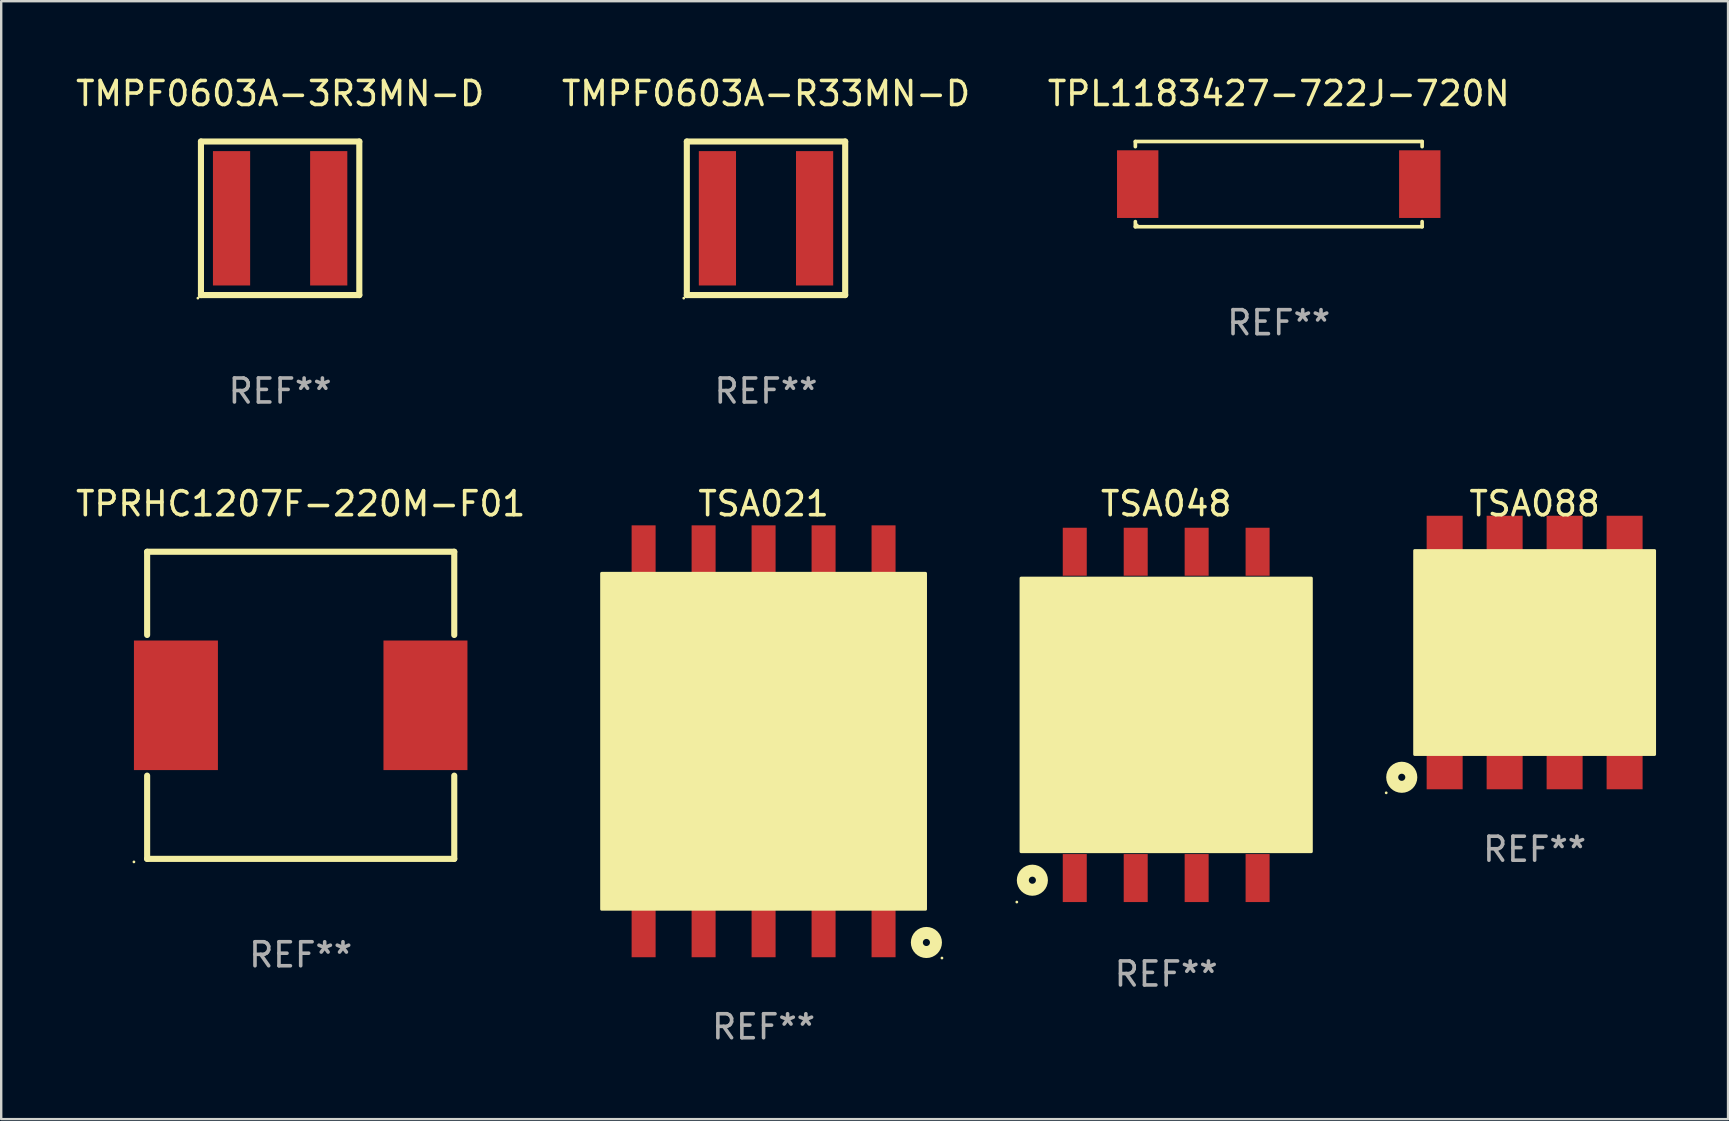
<source format=kicad_pcb>
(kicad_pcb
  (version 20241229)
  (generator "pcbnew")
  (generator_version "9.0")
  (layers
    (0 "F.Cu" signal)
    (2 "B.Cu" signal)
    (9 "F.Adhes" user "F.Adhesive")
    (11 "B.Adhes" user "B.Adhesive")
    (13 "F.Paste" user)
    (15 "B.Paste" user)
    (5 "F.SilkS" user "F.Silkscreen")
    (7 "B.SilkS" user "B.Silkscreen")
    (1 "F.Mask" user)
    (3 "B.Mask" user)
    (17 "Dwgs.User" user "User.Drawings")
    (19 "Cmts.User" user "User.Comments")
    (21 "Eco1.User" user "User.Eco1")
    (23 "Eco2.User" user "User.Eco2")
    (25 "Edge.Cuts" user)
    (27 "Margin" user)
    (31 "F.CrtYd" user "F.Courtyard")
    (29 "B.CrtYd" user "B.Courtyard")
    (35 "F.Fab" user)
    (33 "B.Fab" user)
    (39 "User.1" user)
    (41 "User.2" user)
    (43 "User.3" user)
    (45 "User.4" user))
  (footprint "TSA088"
    (layer "F.Cu")
    (at 60.909 24.145)
    (property "Reference" "TSA088" (at 0 -6.2 0) (layer "F.SilkS") (effects (font (size 1 1) (thickness 0.15))))
    (attr through_hole)
    (fp_arc (start -2.488951 1.747905) (mid -1.238951 0.497917) (end 0.011049 1.747904) (stroke (width 0.254001) (type solid)) (layer "F.SilkS"))
    (fp_arc (start -2.470003 -1.689992) (mid -1.220003 -1.985076) (end 0.029996 -1.689992) (stroke (width 0.254001) (type solid)) (layer "F.SilkS"))
    (fp_arc (start 0.011049 1.747905) (mid 1.261049 0.497917) (end 2.511049 1.747904) (stroke (width 0.254001) (type solid)) (layer "F.SilkS"))
    (fp_arc (start 0.029997 -1.689992) (mid 1.279997 -1.985076) (end 2.529996 -1.689992) (stroke (width 0.254001) (type solid)) (layer "F.SilkS"))
    (fp_circle (center -6.186 5.848) (end -6.156 5.848) (stroke (width 0.06) (type solid)) (fill no) (layer "F.SilkS"))
    (fp_circle (center -5.538 5.2) (end -5.14 5.2) (stroke (width 0.5) (type solid)) (fill no) (layer "F.SilkS"))
    (fp_poly (pts (xy -5 -4.25) (xy 5 -4.25) (xy 5 4.25) (xy -5 4.25)) (stroke (width 0.12) (type solid)) (fill yes) (layer "F.SilkS"))
    (fp_text user "REF**" (at 0 8.2 0) (layer "F.Fab") (effects (font (size 1 1) (thickness 0.15))))
    (pad "1" smd rect (at -3.75 4.2) (size 1.5 3) (layers "F.Cu" "F.Mask" "F.Paste"))
    (pad "2" smd rect (at -1.25 4.2) (size 1.5 3) (layers "F.Cu" "F.Mask" "F.Paste"))
    (pad "3" smd rect (at 1.25 4.2) (size 1.5 3) (layers "F.Cu" "F.Mask" "F.Paste"))
    (pad "4" smd rect (at 3.75 4.2) (size 1.5 3) (layers "F.Cu" "F.Mask" "F.Paste"))
    (pad "5" smd rect (at 3.75 -4.2) (size 1.5 3) (layers "F.Cu" "F.Mask" "F.Paste"))
    (pad "6" smd rect (at 1.25 -4.2) (size 1.5 3) (layers "F.Cu" "F.Mask" "F.Paste"))
    (pad "7" smd rect (at -1.25 -4.2) (size 1.5 3) (layers "F.Cu" "F.Mask" "F.Paste"))
    (pad "8" smd rect (at -3.75 -4.2) (size 1.5 3) (layers "F.Cu" "F.Mask" "F.Paste")))
  (footprint "TPRHC1207F-220M-F01"
    (layer "F.Cu")
    (at 9.482 26.345)
    (property "Reference" "TPRHC1207F-220M-F01" (at 0 -8.4 0) (layer "F.SilkS") (effects (font (size 1 1) (thickness 0.15))))
    (attr through_hole)
    (fp_line (start -6.4 -6.4) (end -6.4 -2.931) (stroke (width 0.254) (type solid)) (layer "F.SilkS"))
    (fp_line (start -6.4 -6.4) (end 6.4 -6.4) (stroke (width 0.254) (type solid)) (layer "F.SilkS"))
    (fp_line (start -6.4 2.931) (end -6.4 6.4) (stroke (width 0.254) (type solid)) (layer "F.SilkS"))
    (fp_line (start -6.4 6.4) (end 6.4 6.4) (stroke (width 0.254) (type solid)) (layer "F.SilkS"))
    (fp_line (start 6.4 -6.4) (end 6.4 -2.931) (stroke (width 0.254) (type solid)) (layer "F.SilkS"))
    (fp_line (start 6.4 2.931) (end 6.4 6.4) (stroke (width 0.254) (type solid)) (layer "F.SilkS"))
    (fp_circle (center -6.95 6.527) (end -6.92 6.527) (stroke (width 0.06) (type solid)) (fill no) (layer "F.SilkS"))
    (fp_text user "REF**" (at 0 10.4 0) (layer "F.Fab") (effects (font (size 1 1) (thickness 0.15))))
    (pad "1" smd rect (at -5.2 -0.000013 90) (size 5.4 3.5) (layers "F.Cu" "F.Mask" "F.Paste"))
    (pad "2" smd rect (at 5.2 -0.000013 90) (size 5.4 3.5) (layers "F.Cu" "F.Mask" "F.Paste")))
  (footprint "TSA048"
    (layer "F.Cu")
    (at 45.553 26.745)
    (property "Reference" "TSA048" (at 0 -8.8 0) (layer "F.SilkS") (effects (font (size 1 1) (thickness 0.15))))
    (attr through_hole)
    (fp_arc (start -5 -3.750013) (mid -3.75 -4.045097) (end -2.5 -3.750013) (stroke (width 0.254001) (type solid)) (layer "F.SilkS"))
    (fp_arc (start -5 3.750012) (mid -3.749999 2.500025) (end -2.5 3.750013) (stroke (width 0.254001) (type solid)) (layer "F.SilkS"))
    (fp_arc (start -2.5 -3.750013) (mid -1.25 -4.045097) (end 0 -3.750013) (stroke (width 0.254001) (type solid)) (layer "F.SilkS"))
    (fp_arc (start -2.5 3.750012) (mid -1.249999 2.500025) (end 0 3.750013) (stroke (width 0.254001) (type solid)) (layer "F.SilkS"))
    (fp_arc (start 0.000025 -3.755677) (mid 1.250025 -4.050761) (end 2.500025 -3.755677) (stroke (width 0.254001) (type solid)) (layer "F.SilkS"))
    (fp_arc (start 0.000025 3.755651) (mid 1.250026 2.505664) (end 2.500025 3.755652) (stroke (width 0.254001) (type solid)) (layer "F.SilkS"))
    (fp_arc (start 2.500025 -3.755677) (mid 3.750025 -4.050761) (end 5.000025 -3.755677) (stroke (width 0.254001) (type solid)) (layer "F.SilkS"))
    (fp_arc (start 2.500025 3.755651) (mid 3.750026 2.505664) (end 5.000025 3.755652) (stroke (width 0.254001) (type solid)) (layer "F.SilkS"))
    (fp_circle (center -6.225 7.8) (end -6.195 7.8) (stroke (width 0.06) (type solid)) (fill no) (layer "F.SilkS"))
    (fp_circle (center -5.577 6.89) (end -5.179 6.89) (stroke (width 0.5) (type solid)) (fill no) (layer "F.SilkS"))
    (fp_poly (pts (xy -6.05 -5.7) (xy 6.05 -5.7) (xy 6.05 5.7) (xy -6.05 5.7)) (stroke (width 0.12) (type solid)) (fill yes) (layer "F.SilkS"))
    (fp_text user "REF**" (at 0 10.8 0) (layer "F.Fab") (effects (font (size 1 1) (thickness 0.15))))
    (pad "1" smd rect (at -3.81 6.8) (size 1 2) (layers "F.Cu" "F.Mask" "F.Paste"))
    (pad "2" smd rect (at -1.27 6.8) (size 1 2) (layers "F.Cu" "F.Mask" "F.Paste"))
    (pad "3" smd rect (at 1.27 6.8) (size 1 2) (layers "F.Cu" "F.Mask" "F.Paste"))
    (pad "4" smd rect (at 3.81 6.8) (size 1 2) (layers "F.Cu" "F.Mask" "F.Paste"))
    (pad "5" smd rect (at 3.81 -6.8) (size 1 2) (layers "F.Cu" "F.Mask" "F.Paste"))
    (pad "6" smd rect (at 1.27 -6.8) (size 1 2) (layers "F.Cu" "F.Mask" "F.Paste"))
    (pad "7" smd rect (at -1.27 -6.8) (size 1 2) (layers "F.Cu" "F.Mask" "F.Paste"))
    (pad "8" smd rect (at -3.81 -6.8) (size 1 2) (layers "F.Cu" "F.Mask" "F.Paste")))
  (footprint "TSA021"
    (layer "F.Cu")
    (at 28.774 27.845)
    (property "Reference" "TSA021" (at 0 -9.9 0) (layer "F.SilkS") (effects (font (size 1 1) (thickness 0.15))))
    (attr through_hole)
    (fp_arc (start -5.029947 -2.540639) (mid -3.779947 -3.790627) (end -2.529947 -2.54064) (stroke (width 0.254001) (type solid)) (layer "F.SilkS"))
    (fp_arc (start -5.002972 2.661519) (mid -3.752972 2.366435) (end -2.502972 2.661519) (stroke (width 0.254001) (type solid)) (layer "F.SilkS"))
    (fp_arc (start -2.524994 -2.533273) (mid -1.274994 -3.783261) (end -0.024994 -2.533274) (stroke (width 0.254001) (type solid)) (layer "F.SilkS"))
    (fp_arc (start -2.522962 2.667158) (mid -1.272962 2.372074) (end -0.022963 2.667158) (stroke (width 0.254001) (type solid)) (layer "F.SilkS"))
    (fp_arc (start -0.024994 -2.533273) (mid 1.225006 -3.783261) (end 2.475006 -2.533274) (stroke (width 0.254001) (type solid)) (layer "F.SilkS"))
    (fp_arc (start -0.022962 2.667158) (mid 1.227038 2.372074) (end 2.477037 2.667158) (stroke (width 0.254001) (type solid)) (layer "F.SilkS"))
    (fp_arc (start 2.455017 -2.527636) (mid 3.705018 -3.777623) (end 4.955017 -2.527635) (stroke (width 0.254001) (type solid)) (layer "F.SilkS"))
    (fp_arc (start 2.481991 2.674524) (mid 3.731991 2.37944) (end 4.98199 2.674524) (stroke (width 0.254001) (type solid)) (layer "F.SilkS"))
    (fp_circle (center 6.786 8.385) (end 7.184 8.385) (stroke (width 0.5) (type solid)) (fill no) (layer "F.SilkS"))
    (fp_circle (center 7.434 9.033) (end 7.464 9.033) (stroke (width 0.06) (type solid)) (fill no) (layer "F.SilkS"))
    (fp_poly (pts (xy -6.75 -7) (xy 6.75 -7) (xy 6.75 7) (xy -6.75 7)) (stroke (width 0.12) (type solid)) (fill yes) (layer "F.SilkS"))
    (fp_text user "REF**" (at 0 11.9 0) (layer "F.Fab") (effects (font (size 1 1) (thickness 0.15))))
    (pad "1" smd rect (at 5 7.9) (size 1 2.2) (layers "F.Cu" "F.Mask" "F.Paste"))
    (pad "2" smd rect (at 2.5 7.9) (size 1 2.2) (layers "F.Cu" "F.Mask" "F.Paste"))
    (pad "3" smd rect (at 0 7.9) (size 1 2.2) (layers "F.Cu" "F.Mask" "F.Paste"))
    (pad "4" smd rect (at -2.5 7.9) (size 1 2.2) (layers "F.Cu" "F.Mask" "F.Paste"))
    (pad "5" smd rect (at -5 7.9) (size 1 2.2) (layers "F.Cu" "F.Mask" "F.Paste"))
    (pad "6" smd rect (at -5 -7.9) (size 1 2.2) (layers "F.Cu" "F.Mask" "F.Paste"))
    (pad "7" smd rect (at -2.5 -7.9) (size 1 2.2) (layers "F.Cu" "F.Mask" "F.Paste"))
    (pad "8" smd rect (at 0 -7.9) (size 1 2.2) (layers "F.Cu" "F.Mask" "F.Paste"))
    (pad "9" smd rect (at 2.5 -7.9) (size 1 2.2) (layers "F.Cu" "F.Mask" "F.Paste"))
    (pad "10" smd rect (at 5 -7.9) (size 1 2.2) (layers "F.Cu" "F.Mask" "F.Paste")))
  (footprint "TMPF0603A-3R3MN-D"
    (layer "F.Cu")
    (at 8.625 6.048)
    (property "Reference" "TMPF0603A-3R3MN-D" (at 0 -5.2 0) (layer "F.SilkS") (effects (font (size 1 1) (thickness 0.15))))
    (attr through_hole)
    (fp_line (start -3.3 -3.2) (end 3.3 -3.2) (stroke (width 0.254) (type solid)) (layer "F.SilkS"))
    (fp_line (start -3.3 3.2) (end -3.3 -3.2) (stroke (width 0.254) (type solid)) (layer "F.SilkS"))
    (fp_line (start 3.3 -3.2) (end 3.3 3.2) (stroke (width 0.254) (type solid)) (layer "F.SilkS"))
    (fp_line (start 3.3 3.2) (end -3.3 3.2) (stroke (width 0.254) (type solid)) (layer "F.SilkS"))
    (fp_circle (center -3.427 3.327) (end -3.397 3.327) (stroke (width 0.06) (type solid)) (fill no) (layer "F.SilkS"))
    (fp_text user "REF**" (at 0 7.2 0) (layer "F.Fab") (effects (font (size 1 1) (thickness 0.15))))
    (pad "1" smd rect (at -2.025 0) (size 1.55 5.6) (layers "F.Cu" "F.Mask" "F.Paste"))
    (pad "2" smd rect (at 2.025 0) (size 1.55 5.6) (layers "F.Cu" "F.Mask" "F.Paste")))
  (footprint "TMPF0603A-R33MN-D"
    (layer "F.Cu")
    (at 28.875 6.048)
    (property "Reference" "TMPF0603A-R33MN-D" (at 0 -5.2 0) (layer "F.SilkS") (effects (font (size 1 1) (thickness 0.15))))
    (attr through_hole)
    (fp_line (start -3.3 -3.2) (end 3.3 -3.2) (stroke (width 0.254) (type solid)) (layer "F.SilkS"))
    (fp_line (start -3.3 3.2) (end -3.3 -3.2) (stroke (width 0.254) (type solid)) (layer "F.SilkS"))
    (fp_line (start 3.3 -3.2) (end 3.3 3.2) (stroke (width 0.254) (type solid)) (layer "F.SilkS"))
    (fp_line (start 3.3 3.2) (end -3.3 3.2) (stroke (width 0.254) (type solid)) (layer "F.SilkS"))
    (fp_circle (center -3.427 3.327) (end -3.397 3.327) (stroke (width 0.06) (type solid)) (fill no) (layer "F.SilkS"))
    (fp_text user "REF**" (at 0 7.2 0) (layer "F.Fab") (effects (font (size 1 1) (thickness 0.15))))
    (pad "1" smd rect (at -2.025 0) (size 1.55 5.6) (layers "F.Cu" "F.Mask" "F.Paste"))
    (pad "2" smd rect (at 2.025 0) (size 1.55 5.6) (layers "F.Cu" "F.Mask" "F.Paste")))
  (footprint "TPL1183427-722J-720N"
    (layer "F.Cu")
    (at 50.244 4.624)
    (property "Reference" "TPL1183427-722J-720N" (at 0 -3.776 0) (layer "F.SilkS") (effects (font (size 1 1) (thickness 0.15))))
    (attr through_hole)
    (fp_line (start -5.976 -1.776) (end 5.976 -1.776) (stroke (width 0.152) (type solid)) (layer "F.SilkS"))
    (fp_line (start -5.976 -1.562) (end -5.976 -1.776) (stroke (width 0.152) (type solid)) (layer "F.SilkS"))
    (fp_line (start -5.976 1.562) (end -5.976 1.776) (stroke (width 0.152) (type solid)) (layer "F.SilkS"))
    (fp_line (start -5.976 1.776) (end 5.976 1.776) (stroke (width 0.152) (type solid)) (layer "F.SilkS"))
    (fp_line (start 5.976 -1.776) (end 5.976 -1.562) (stroke (width 0.152) (type solid)) (layer "F.SilkS"))
    (fp_line (start 5.976 1.776) (end 5.976 1.562) (stroke (width 0.152) (type solid)) (layer "F.SilkS"))
    (fp_circle (center -5.9 1.7) (end -5.87 1.7) (stroke (width 0.06) (type solid)) (fill no) (layer "F.SilkS"))
    (fp_text user "REF**" (at 0 5.776 0) (layer "F.Fab") (effects (font (size 1 1) (thickness 0.15))))
    (pad "1" smd rect (at 5.878 0) (size 1.724 2.82) (layers "F.Cu" "F.Mask" "F.Paste"))
    (pad "2" smd rect (at -5.878 0) (size 1.724 2.82) (layers "F.Cu" "F.Mask" "F.Paste")))
  (gr_rect
    (start -3 -3)
    (end 68.97 43.593)
    (stroke (width 0.1) (type default))
    (fill no)
    (layer "Edge.Cuts")))
</source>
